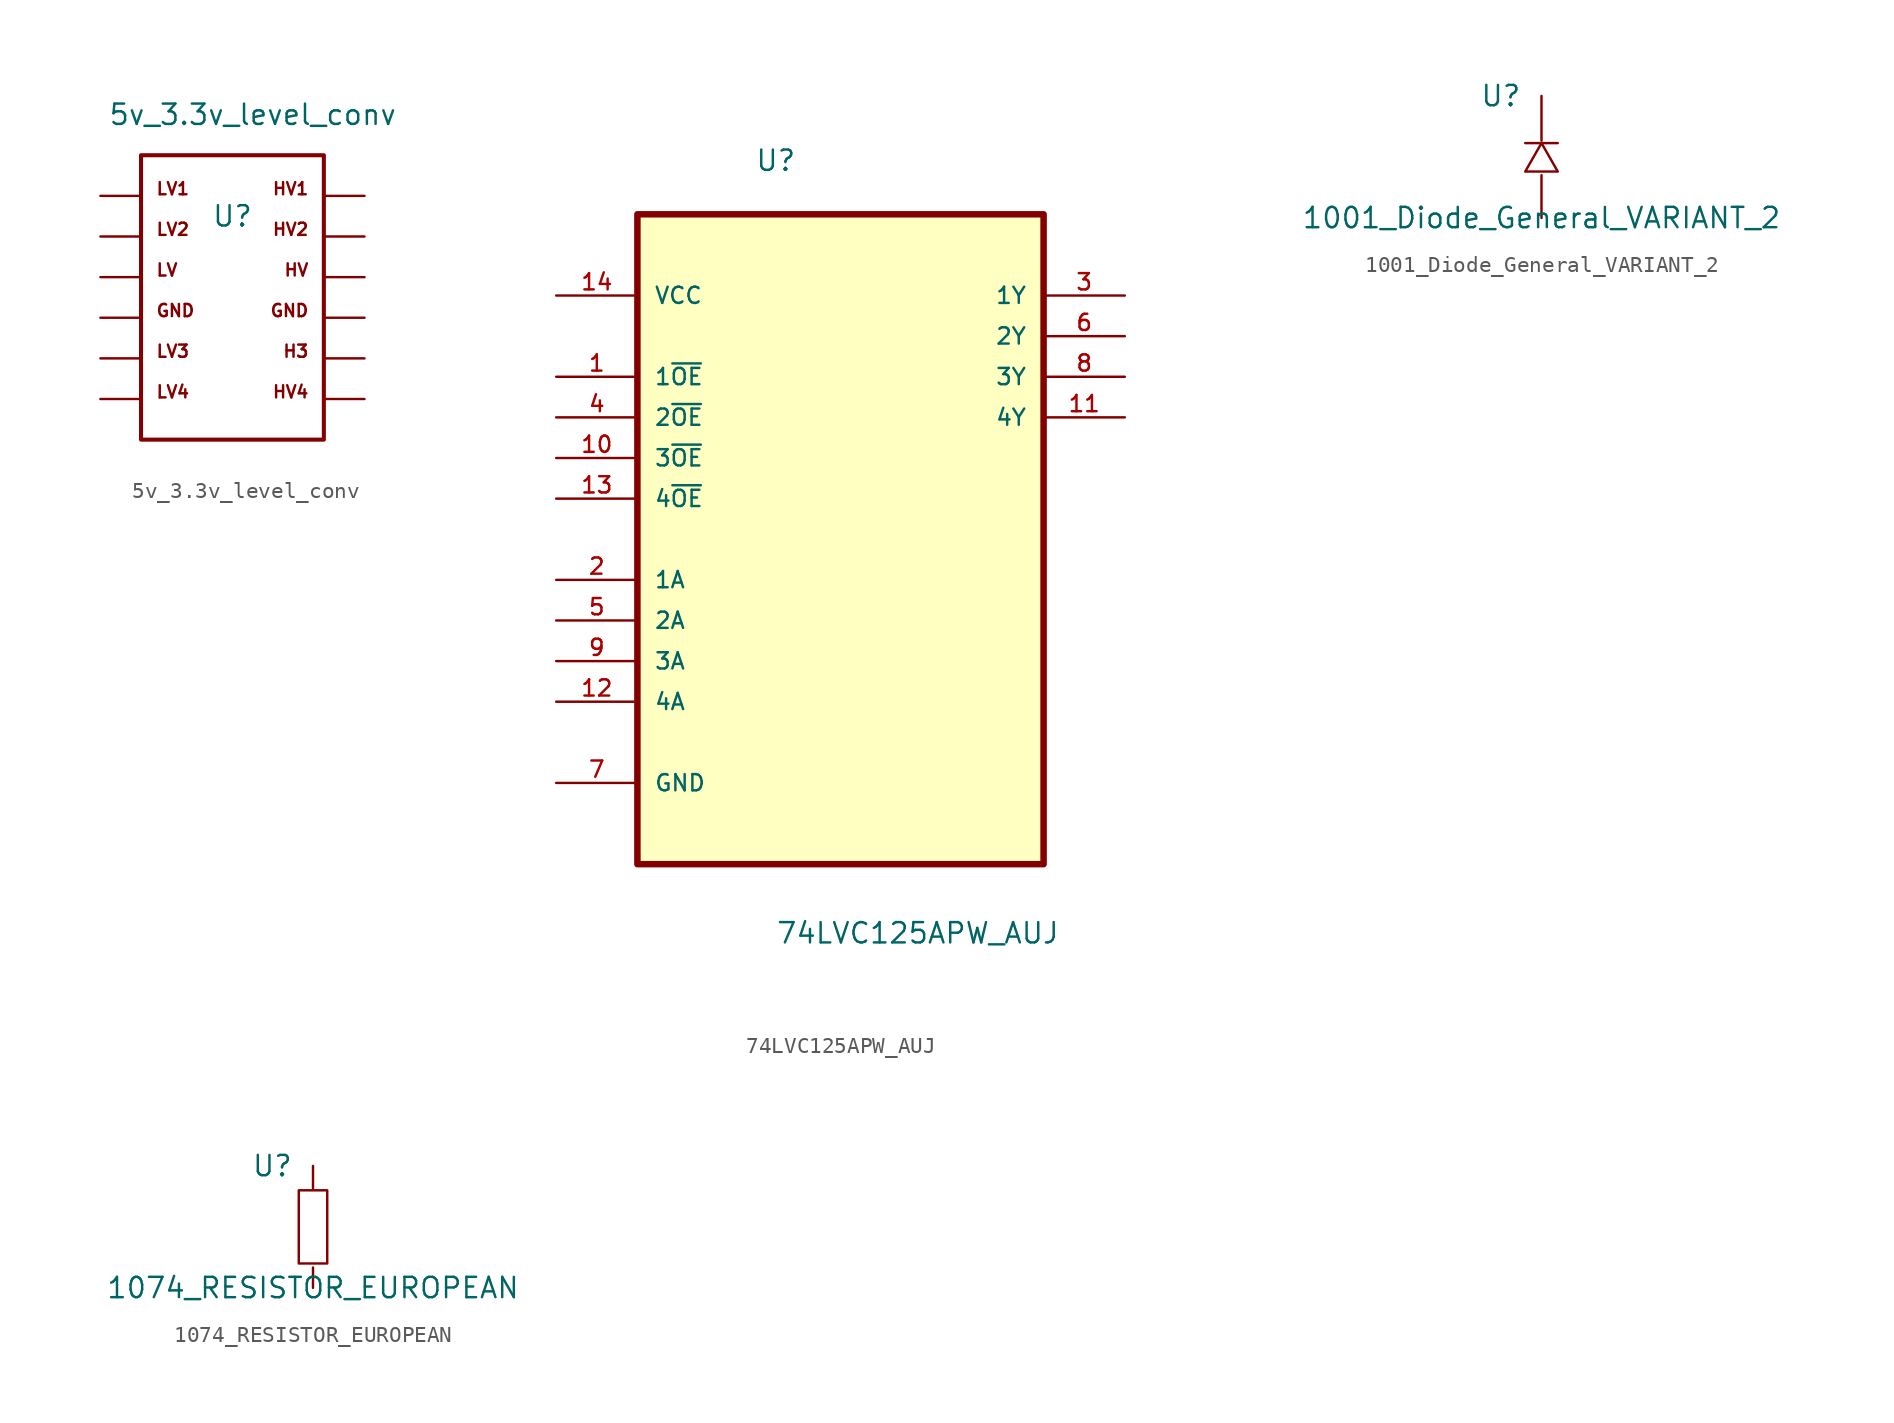
<source format=kicad_sym>
(kicad_symbol_lib
  (version 20220914)
  (generator kicad_symbol_editor)
  (symbol "5v_3.3v_level_conv"
    (pin_numbers hide)
    (pin_names
      (offset 1.016) hide)
    (property "Reference" "U"
      (at 0 5.08 0)
      (effects (font (size 1.27 1.27))))
    (property "Value" "5v_3.3v_level_conv"
      (at 1.27 11.43 0)
      (effects (font (size 1.27 1.27))))
    (symbol "5v_3.3v_level_conv_0_0"
      (text " " (at -4.826 -6.35 0) (effects (font (size 0.762 0.762)) (justify left bottom)))
      (text " " (at -4.826 -3.81 0) (effects (font (size 0.762 0.762)) (justify left bottom)))
      (text " " (at -4.826 -1.27 0) (effects (font (size 0.762 0.762)) (justify left bottom)))
      (text " " (at -4.826 1.27 0) (effects (font (size 0.762 0.762)) (justify left bottom)))
      (text " " (at -4.826 3.81 0) (effects (font (size 0.762 0.762)) (justify left bottom)))
      (text " " (at -4.826 6.35 0) (effects (font (size 0.762 0.762)) (justify left bottom)))
      (text " " (at 4.826 -6.35 0) (effects (font (size 0.762 0.762)) (justify left bottom)))
      (text " " (at 4.826 -3.81 0) (effects (font (size 0.762 0.762)) (justify left bottom)))
      (text " " (at 4.826 -1.27 0) (effects (font (size 0.762 0.762)) (justify left bottom)))
      (text " " (at 4.826 1.27 0) (effects (font (size 0.762 0.762)) (justify left bottom)))
      (text " " (at 4.826 3.81 0) (effects (font (size 0.762 0.762)) (justify left bottom)))
      (text " " (at 4.826 6.35 0) (effects (font (size 0.762 0.762)) (justify left bottom)))
      (text "GND" (at -4.826 -1.27 0) (effects (font (size 0.762 0.762)) (justify left bottom)))
      (text "GND" (at 4.826 -1.27 0) (effects (font (size 0.762 0.762)) (justify right bottom)))
      (text "H3" (at 4.826 -3.81 0) (effects (font (size 0.762 0.762)) (justify right bottom)))
      (text "HV" (at 4.826 1.27 0) (effects (font (size 0.762 0.762)) (justify right bottom)))
      (text "HV1" (at 4.826 6.35 0) (effects (font (size 0.762 0.762)) (justify right bottom)))
      (text "HV2" (at 4.826 3.81 0) (effects (font (size 0.762 0.762)) (justify right bottom)))
      (text "HV4" (at 4.826 -6.35 0) (effects (font (size 0.762 0.762)) (justify right bottom)))
      (text "LV" (at -4.826 1.27 0) (effects (font (size 0.762 0.762)) (justify left bottom)))
      (text "LV1" (at -4.826 6.35 0) (effects (font (size 0.762 0.762)) (justify left bottom)))
      (text "LV2" (at -4.826 3.81 0) (effects (font (size 0.762 0.762)) (justify left bottom)))
      (text "LV3" (at -4.826 -3.81 0) (effects (font (size 0.762 0.762)) (justify left bottom)))
      (text "LV4" (at -4.826 -6.35 0) (effects (font (size 0.762 0.762)) (justify left bottom))))
    (symbol "5v_3.3v_level_conv_0_1"
      (rectangle (start -5.715 -8.89) (end 5.715 8.89) (stroke (width 0.254) (type default)) (fill (type none))))
    (symbol "5v_3.3v_level_conv_1_1"
      (pin passive line (at -8.255 6.35 0) (length 2.54) (name "LV1" (effects (font (size 1.016 1.016)))) (number "1" (effects (font (size 1.016 1.016)))))
      (pin passive line (at 8.255 3.81 180) (length 2.54) (name "HV2" (effects (font (size 1.016 1.016)))) (number "10" (effects (font (size 1.016 1.016)))))
      (pin passive line (at 8.255 1.27 180) (length 2.54) (name "HV" (effects (font (size 1.016 1.016)))) (number "11" (effects (font (size 1.016 1.016)))))
      (pin passive line (at 8.255 -1.27 180) (length 2.54) (name "GND" (effects (font (size 1.016 1.016)))) (number "12" (effects (font (size 1.016 1.016)))))
      (pin passive line (at -8.255 3.81 0) (length 2.54) (name "LV2" (effects (font (size 1.016 1.016)))) (number "2" (effects (font (size 1.016 1.016)))))
      (pin passive line (at -8.255 1.27 0) (length 2.54) (name "LV" (effects (font (size 1.016 1.016)))) (number "3" (effects (font (size 1.016 1.016)))))
      (pin passive line (at -8.255 -1.27 0) (length 2.54) (name "GND" (effects (font (size 1.016 1.016)))) (number "4" (effects (font (size 1.016 1.016)))))
      (pin passive line (at -8.255 -3.81 0) (length 2.54) (name "LV3" (effects (font (size 1.016 1.016)))) (number "5" (effects (font (size 1.016 1.016)))))
      (pin passive line (at -8.255 -6.35 0) (length 2.54) (name "LV4" (effects (font (size 1.016 1.016)))) (number "6" (effects (font (size 1.016 1.016)))))
      (pin passive line (at 8.255 -6.35 180) (length 2.54) (name "HV4" (effects (font (size 1.016 1.016)))) (number "7" (effects (font (size 1.016 1.016)))))
      (pin passive line (at 8.255 -3.81 180) (length 2.54) (name "H3" (effects (font (size 1.016 1.016)))) (number "8" (effects (font (size 1.016 1.016)))))
      (pin passive line (at 8.255 6.35 180) (length 2.54) (name "HV1" (effects (font (size 1.016 1.016)))) (number "9" (effects (font (size 1.016 1.016)))))))
  (symbol "74LVC125APW_AUJ"
    (pin_names
      (offset 1.016))
    (property "Reference" "U"
      (at -5.359 20.396 0)
      (effects (font (size 1.27 1.27)) (justify left bottom)))
    (property "Value" "74LVC125APW_AUJ"
      (at -4.064 -27.915 0)
      (effects (font (size 1.27 1.27)) (justify left bottom)))
    (property "ki_locked" ""
      (at 0 0 0)
      (effects (font (size 1.27 1.27))))
    (symbol "74LVC125APW_AUJ_0_0"
      (rectangle (start -12.7 -22.86) (end 12.7 17.78) (stroke (width 0.406) (type default)) (fill (type background)))
      (pin input line (at -17.78 7.62 0) (length 5.08) (name "1~{OE}" (effects (font (size 1.016 1.016)))) (number "1" (effects (font (size 1.016 1.016)))))
      (pin input line (at -17.78 2.54 0) (length 5.08) (name "3~{OE}" (effects (font (size 1.016 1.016)))) (number "10" (effects (font (size 1.016 1.016)))))
      (pin output line (at 17.78 5.08 180) (length 5.08) (name "4Y" (effects (font (size 1.016 1.016)))) (number "11" (effects (font (size 1.016 1.016)))))
      (pin input line (at -17.78 -12.7 0) (length 5.08) (name "4A" (effects (font (size 1.016 1.016)))) (number "12" (effects (font (size 1.016 1.016)))))
      (pin input line (at -17.78 0 0) (length 5.08) (name "4~{OE}" (effects (font (size 1.016 1.016)))) (number "13" (effects (font (size 1.016 1.016)))))
      (pin power_in line (at -17.78 12.7 0) (length 5.08) (name "VCC" (effects (font (size 1.016 1.016)))) (number "14" (effects (font (size 1.016 1.016)))))
      (pin input line (at -17.78 -5.08 0) (length 5.08) (name "1A" (effects (font (size 1.016 1.016)))) (number "2" (effects (font (size 1.016 1.016)))))
      (pin output line (at 17.78 12.7 180) (length 5.08) (name "1Y" (effects (font (size 1.016 1.016)))) (number "3" (effects (font (size 1.016 1.016)))))
      (pin input line (at -17.78 5.08 0) (length 5.08) (name "2~{OE}" (effects (font (size 1.016 1.016)))) (number "4" (effects (font (size 1.016 1.016)))))
      (pin input line (at -17.78 -7.62 0) (length 5.08) (name "2A" (effects (font (size 1.016 1.016)))) (number "5" (effects (font (size 1.016 1.016)))))
      (pin output line (at 17.78 10.16 180) (length 5.08) (name "2Y" (effects (font (size 1.016 1.016)))) (number "6" (effects (font (size 1.016 1.016)))))
      (pin input line (at -17.78 -17.78 0) (length 5.08) (name "GND" (effects (font (size 1.016 1.016)))) (number "7" (effects (font (size 1.016 1.016)))))
      (pin output line (at 17.78 7.62 180) (length 5.08) (name "3Y" (effects (font (size 1.016 1.016)))) (number "8" (effects (font (size 1.016 1.016)))))
      (pin input line (at -17.78 -10.16 0) (length 5.08) (name "3A" (effects (font (size 1.016 1.016)))) (number "9" (effects (font (size 1.016 1.016)))))))
  (symbol "1001_Diode_General_VARIANT_2"
    (pin_numbers hide)
    (pin_names
      (offset 1.016) hide)
    (property "Reference" "U"
      (at -2.54 3.81 0)
      (effects (font (size 1.27 1.27))))
    (property "Value" "1001_Diode_General_VARIANT_2"
      (at 0 -3.81 0)
      (effects (font (size 1.27 1.27))))
    (symbol "1001_Diode_General_VARIANT_2_0_1"
      (polyline (pts (xy -1.016 0.864) (xy 1.016 0.864)) (stroke (width 0) (type default)) (fill (type none)))
      (polyline (pts (xy -1.016 -0.914) (xy 1.016 -0.914) (xy 1.016 -0.914) (xy 0 0.864) (xy 0 0.864) (xy -1.016 -0.914)) (stroke (width 0) (type default)) (fill (type none))))
    (symbol "1001_Diode_General_VARIANT_2_1_1"
      (pin passive line (at 0 -3.81 90) (length 2.667) (name "~" (effects (font (size 1.016 1.016)))) (number "~" (effects (font (size 1.016 1.016)))))
      (pin passive line (at 0 3.81 270) (length 2.794) (name "~" (effects (font (size 1.016 1.016)))) (number "~" (effects (font (size 1.016 1.016)))))))
  (symbol "1074_RESISTOR_EUROPEAN"
    (pin_numbers hide)
    (pin_names
      (offset 1.016) hide)
    (property "Reference" "U"
      (at -2.54 3.81 0)
      (effects (font (size 1.27 1.27))))
    (property "Value" "1074_RESISTOR_EUROPEAN"
      (at 0 -3.81 0)
      (effects (font (size 1.27 1.27))))
    (symbol "1074_RESISTOR_EUROPEAN_0_1"
      (polyline (pts (xy -0.889 2.286) (xy -0.864 2.286) (xy -0.838 2.286) (xy -0.813 2.286) (xy -0.787 2.286) (xy -0.762 2.286) (xy -0.737 2.286) (xy -0.711 2.286) (xy -0.686 2.286) (xy -0.66 2.286) (xy -0.635 2.286) (xy -0.61 2.286) (xy -0.584 2.286) (xy -0.559 2.286) (xy -0.533 2.286) (xy -0.508 2.286) (xy -0.483 2.286) (xy -0.457 2.286) (xy -0.432 2.286) (xy -0.406 2.286) (xy -0.381 2.286) (xy -0.356 2.286) (xy -0.33 2.286) (xy -0.305 2.286) (xy -0.279 2.286) (xy -0.254 2.286) (xy -0.229 2.286) (xy -0.203 2.286) (xy -0.178 2.286) (xy -0.152 2.286) (xy -0.127 2.286) (xy -0.102 2.286) (xy -0.076 2.286) (xy -0.051 2.286) (xy -0.025 2.286) (xy 0 2.286) (xy 0.025 2.286) (xy 0.051 2.286) (xy 0.076 2.286) (xy 0.102 2.286) (xy 0.127 2.286) (xy 0.152 2.286) (xy 0.178 2.286) (xy 0.203 2.286) (xy 0.229 2.286) (xy 0.254 2.286) (xy 0.279 2.286) (xy 0.305 2.286) (xy 0.33 2.286) (xy 0.356 2.286) (xy 0.381 2.286) (xy 0.406 2.286) (xy 0.432 2.286) (xy 0.457 2.286) (xy 0.483 2.286) (xy 0.508 2.286) (xy 0.533 2.286) (xy 0.559 2.286) (xy 0.584 2.286) (xy 0.61 2.286) (xy 0.635 2.286) (xy 0.66 2.286) (xy 0.686 2.286) (xy 0.711 2.286) (xy 0.737 2.286) (xy 0.762 2.286) (xy 0.787 2.286) (xy 0.813 2.286) (xy 0.838 2.286) (xy 0.864 2.286) (xy 0.889 2.286) (xy 0.889 2.286) (xy 0.889 -2.286) (xy 0.889 -2.286) (xy -0.889 -2.286) (xy -0.889 -2.286) (xy -0.889 2.286)) (stroke (width 0) (type default)) (fill (type none))))
    (symbol "1074_RESISTOR_EUROPEAN_1_1"
      (pin passive line (at 0 -3.81 90) (length 1.27) (name "~" (effects (font (size 1.016 1.016)))) (number "~" (effects (font (size 1.016 1.016)))))
      (pin passive line (at 0 3.81 270) (length 1.397) (name "~" (effects (font (size 1.016 1.016)))) (number "~" (effects (font (size 1.016 1.016))))))))
</source>
